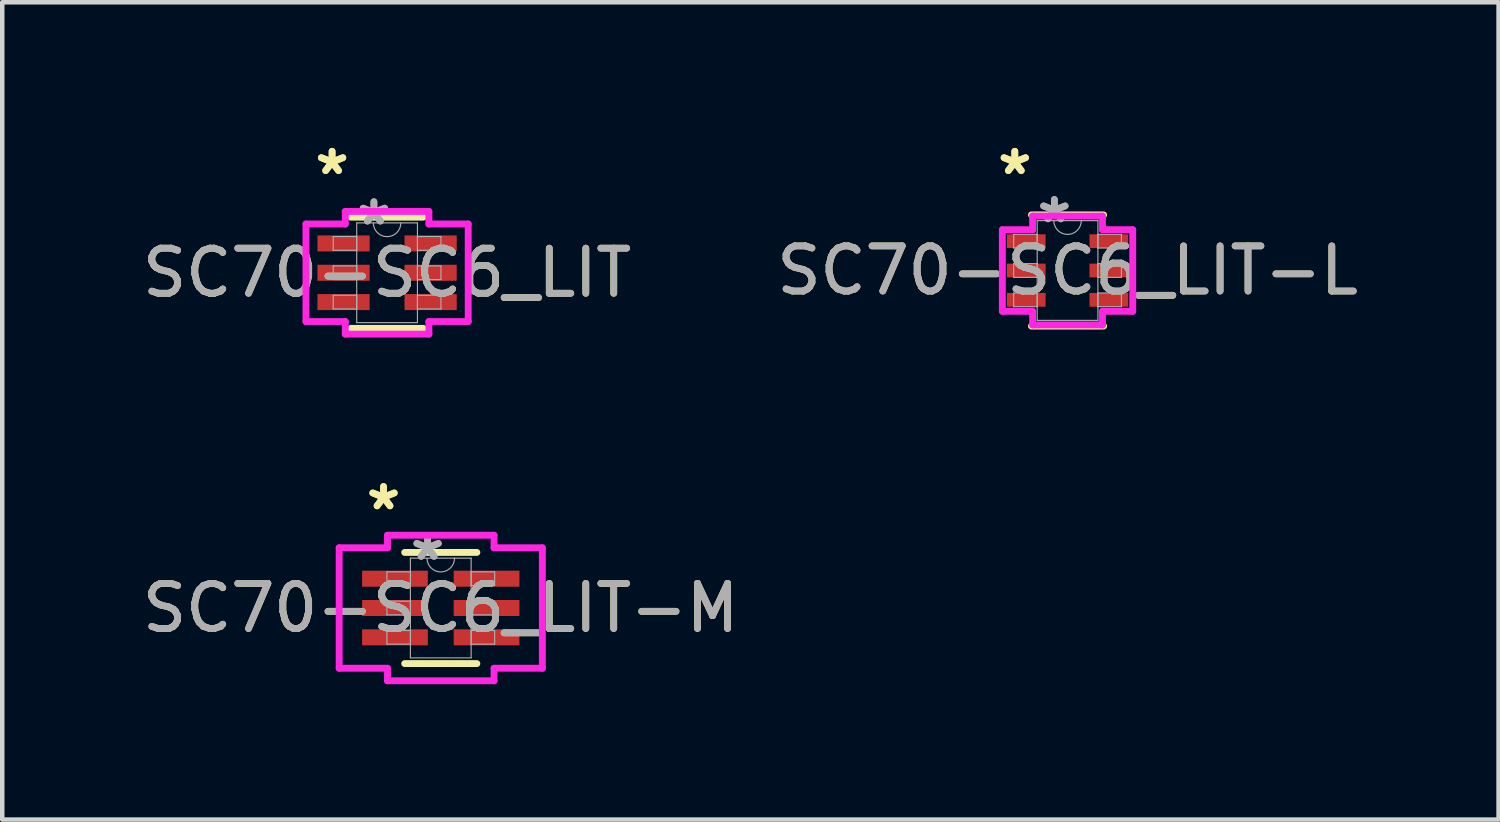
<source format=kicad_pcb>
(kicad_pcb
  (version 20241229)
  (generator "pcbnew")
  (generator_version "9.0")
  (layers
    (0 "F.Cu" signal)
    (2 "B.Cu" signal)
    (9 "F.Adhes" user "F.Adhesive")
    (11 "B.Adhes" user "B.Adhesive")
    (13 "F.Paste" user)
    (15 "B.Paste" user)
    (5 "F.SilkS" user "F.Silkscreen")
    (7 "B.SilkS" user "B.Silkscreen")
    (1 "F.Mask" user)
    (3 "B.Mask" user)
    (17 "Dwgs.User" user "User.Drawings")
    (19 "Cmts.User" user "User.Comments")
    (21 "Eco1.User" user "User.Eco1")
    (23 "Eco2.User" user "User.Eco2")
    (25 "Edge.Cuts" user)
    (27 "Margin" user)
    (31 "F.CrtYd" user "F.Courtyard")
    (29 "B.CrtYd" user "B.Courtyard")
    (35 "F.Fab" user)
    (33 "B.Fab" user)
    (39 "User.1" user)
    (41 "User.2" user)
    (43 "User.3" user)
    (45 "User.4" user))
  (footprint "SC70-SC6_LIT-L"
    (layer "F.Cu")
    (at 20.613 2.946)
    (property "Reference" "SC70-SC6_LIT-L" (at 0 0 0) (unlocked yes) (layer "F.SilkS") (effects (font (size 1 1) (thickness 0.15))))
    (attr smd)
    (fp_line (start -0.8 1.232) (end 0.8 1.232) (stroke (width 0.152) (type solid)) (layer "F.SilkS"))
    (fp_line (start 0.8 -1.232) (end -0.8 -1.232) (stroke (width 0.152) (type solid)) (layer "F.SilkS"))
    (fp_line (start -1.445 -0.904) (end -0.775 -0.904) (stroke (width 0.152) (type solid)) (layer "F.CrtYd"))
    (fp_line (start -1.445 0.904) (end -1.445 -0.904) (stroke (width 0.152) (type solid)) (layer "F.CrtYd"))
    (fp_line (start -1.445 0.904) (end -0.775 0.904) (stroke (width 0.152) (type solid)) (layer "F.CrtYd"))
    (fp_line (start -0.775 -1.206) (end 0.775 -1.206) (stroke (width 0.152) (type solid)) (layer "F.CrtYd"))
    (fp_line (start -0.775 -0.904) (end -0.775 -1.206) (stroke (width 0.152) (type solid)) (layer "F.CrtYd"))
    (fp_line (start -0.775 1.206) (end -0.775 0.904) (stroke (width 0.152) (type solid)) (layer "F.CrtYd"))
    (fp_line (start 0.775 -1.206) (end 0.775 -0.904) (stroke (width 0.152) (type solid)) (layer "F.CrtYd"))
    (fp_line (start 0.775 0.904) (end 0.775 1.206) (stroke (width 0.152) (type solid)) (layer "F.CrtYd"))
    (fp_line (start 0.775 1.206) (end -0.775 1.206) (stroke (width 0.152) (type solid)) (layer "F.CrtYd"))
    (fp_line (start 1.445 -0.904) (end 0.775 -0.904) (stroke (width 0.152) (type solid)) (layer "F.CrtYd"))
    (fp_line (start 1.445 -0.904) (end 1.445 0.904) (stroke (width 0.152) (type solid)) (layer "F.CrtYd"))
    (fp_line (start 1.445 0.904) (end 0.775 0.904) (stroke (width 0.152) (type solid)) (layer "F.CrtYd"))
    (fp_line (start -1.194 -0.802) (end -1.194 -0.498) (stroke (width 0.025) (type solid)) (layer "F.Fab"))
    (fp_line (start -1.194 -0.498) (end -0.673 -0.498) (stroke (width 0.025) (type solid)) (layer "F.Fab"))
    (fp_line (start -1.194 -0.152) (end -1.194 0.152) (stroke (width 0.025) (type solid)) (layer "F.Fab"))
    (fp_line (start -1.194 0.152) (end -0.673 0.152) (stroke (width 0.025) (type solid)) (layer "F.Fab"))
    (fp_line (start -1.194 0.498) (end -1.194 0.802) (stroke (width 0.025) (type solid)) (layer "F.Fab"))
    (fp_line (start -1.194 0.802) (end -0.673 0.802) (stroke (width 0.025) (type solid)) (layer "F.Fab"))
    (fp_line (start -0.673 -1.105) (end -0.673 1.105) (stroke (width 0.025) (type solid)) (layer "F.Fab"))
    (fp_line (start -0.673 -0.802) (end -1.194 -0.802) (stroke (width 0.025) (type solid)) (layer "F.Fab"))
    (fp_line (start -0.673 -0.498) (end -0.673 -0.802) (stroke (width 0.025) (type solid)) (layer "F.Fab"))
    (fp_line (start -0.673 -0.152) (end -1.194 -0.152) (stroke (width 0.025) (type solid)) (layer "F.Fab"))
    (fp_line (start -0.673 0.152) (end -0.673 -0.152) (stroke (width 0.025) (type solid)) (layer "F.Fab"))
    (fp_line (start -0.673 0.498) (end -1.194 0.498) (stroke (width 0.025) (type solid)) (layer "F.Fab"))
    (fp_line (start -0.673 0.802) (end -0.673 0.498) (stroke (width 0.025) (type solid)) (layer "F.Fab"))
    (fp_line (start -0.673 1.105) (end 0.673 1.105) (stroke (width 0.025) (type solid)) (layer "F.Fab"))
    (fp_line (start 0.673 -1.105) (end -0.673 -1.105) (stroke (width 0.025) (type solid)) (layer "F.Fab"))
    (fp_line (start 0.673 -0.802) (end 0.673 -0.498) (stroke (width 0.025) (type solid)) (layer "F.Fab"))
    (fp_line (start 0.673 -0.498) (end 1.194 -0.498) (stroke (width 0.025) (type solid)) (layer "F.Fab"))
    (fp_line (start 0.673 -0.152) (end 0.673 0.152) (stroke (width 0.025) (type solid)) (layer "F.Fab"))
    (fp_line (start 0.673 0.152) (end 1.194 0.152) (stroke (width 0.025) (type solid)) (layer "F.Fab"))
    (fp_line (start 0.673 0.498) (end 0.673 0.802) (stroke (width 0.025) (type solid)) (layer "F.Fab"))
    (fp_line (start 0.673 0.802) (end 1.194 0.802) (stroke (width 0.025) (type solid)) (layer "F.Fab"))
    (fp_line (start 0.673 1.105) (end 0.673 -1.105) (stroke (width 0.025) (type solid)) (layer "F.Fab"))
    (fp_line (start 1.194 -0.802) (end 0.673 -0.802) (stroke (width 0.025) (type solid)) (layer "F.Fab"))
    (fp_line (start 1.194 -0.498) (end 1.194 -0.802) (stroke (width 0.025) (type solid)) (layer "F.Fab"))
    (fp_line (start 1.194 -0.152) (end 0.673 -0.152) (stroke (width 0.025) (type solid)) (layer "F.Fab"))
    (fp_line (start 1.194 0.152) (end 1.194 -0.152) (stroke (width 0.025) (type solid)) (layer "F.Fab"))
    (fp_line (start 1.194 0.498) (end 0.673 0.498) (stroke (width 0.025) (type solid)) (layer "F.Fab"))
    (fp_line (start 1.194 0.802) (end 1.194 0.498) (stroke (width 0.025) (type solid)) (layer "F.Fab"))
    (fp_arc (start 0.3048 -1.1049) (mid 0 -0.8001) (end -0.3048 -1.1049) (stroke (width 0.0254) (type solid)) (layer "F.Fab"))
    (fp_text user "*" (at -1.169 -2.098 0) (layer "F.SilkS") (effects (font (size 1 1) (thickness 0.15))))
    (fp_text user "*" (at -1.169 -2.098 0) (unlocked yes) (layer "F.SilkS") (effects (font (size 1 1) (thickness 0.15))))
    (fp_text user "*" (at -0.292 -1.029 0) (unlocked yes) (layer "F.Fab") (effects (font (size 1 1) (thickness 0.15))))
    (fp_text user "${REFERENCE}" (at 0 0 0) (unlocked yes) (layer "F.Fab") (effects (font (size 1 1) (thickness 0.15))))
    (fp_text user "*" (at -0.292 -1.029 0) (layer "F.Fab") (effects (font (size 1 1) (thickness 0.15))))
    (pad "1" smd rect (at -0.915 -0.65) (size 0.857 0.305) (layers "F.Cu" "F.Mask" "F.Paste"))
    (pad "2" smd rect (at -0.915 0) (size 0.857 0.305) (layers "F.Cu" "F.Mask" "F.Paste"))
    (pad "3" smd rect (at -0.915 0.65) (size 0.857 0.305) (layers "F.Cu" "F.Mask" "F.Paste"))
    (pad "4" smd rect (at 0.915 0.65) (size 0.857 0.305) (layers "F.Cu" "F.Mask" "F.Paste"))
    (pad "5" smd rect (at 0.915 0) (size 0.857 0.305) (layers "F.Cu" "F.Mask" "F.Paste"))
    (pad "6" smd rect (at 0.915 -0.65) (size 0.857 0.305) (layers "F.Cu" "F.Mask" "F.Paste")))
  (footprint "SC70-SC6_LIT-M"
    (layer "F.Cu")
    (at 6.72 10.427)
    (property "Reference" "SC70-SC6_LIT-M" (at 0 0 0) (unlocked yes) (layer "F.SilkS") (effects (font (size 1 1) (thickness 0.15))))
    (attr smd)
    (fp_line (start -0.8 1.232) (end 0.8 1.232) (stroke (width 0.152) (type solid)) (layer "F.SilkS"))
    (fp_line (start 0.8 -1.232) (end -0.8 -1.232) (stroke (width 0.152) (type solid)) (layer "F.SilkS"))
    (fp_line (start -2.252 -1.335) (end -1.181 -1.335) (stroke (width 0.152) (type solid)) (layer "F.CrtYd"))
    (fp_line (start -2.252 1.335) (end -2.252 -1.335) (stroke (width 0.152) (type solid)) (layer "F.CrtYd"))
    (fp_line (start -2.252 1.335) (end -1.181 1.335) (stroke (width 0.152) (type solid)) (layer "F.CrtYd"))
    (fp_line (start -1.181 -1.613) (end 1.181 -1.613) (stroke (width 0.152) (type solid)) (layer "F.CrtYd"))
    (fp_line (start -1.181 -1.335) (end -1.181 -1.613) (stroke (width 0.152) (type solid)) (layer "F.CrtYd"))
    (fp_line (start -1.181 1.613) (end -1.181 1.335) (stroke (width 0.152) (type solid)) (layer "F.CrtYd"))
    (fp_line (start 1.181 -1.613) (end 1.181 -1.335) (stroke (width 0.152) (type solid)) (layer "F.CrtYd"))
    (fp_line (start 1.181 1.335) (end 1.181 1.613) (stroke (width 0.152) (type solid)) (layer "F.CrtYd"))
    (fp_line (start 1.181 1.613) (end -1.181 1.613) (stroke (width 0.152) (type solid)) (layer "F.CrtYd"))
    (fp_line (start 2.252 -1.335) (end 1.181 -1.335) (stroke (width 0.152) (type solid)) (layer "F.CrtYd"))
    (fp_line (start 2.252 -1.335) (end 2.252 1.335) (stroke (width 0.152) (type solid)) (layer "F.CrtYd"))
    (fp_line (start 2.252 1.335) (end 1.181 1.335) (stroke (width 0.152) (type solid)) (layer "F.CrtYd"))
    (fp_line (start -1.194 -0.802) (end -1.194 -0.498) (stroke (width 0.025) (type solid)) (layer "F.Fab"))
    (fp_line (start -1.194 -0.498) (end -0.673 -0.498) (stroke (width 0.025) (type solid)) (layer "F.Fab"))
    (fp_line (start -1.194 -0.152) (end -1.194 0.152) (stroke (width 0.025) (type solid)) (layer "F.Fab"))
    (fp_line (start -1.194 0.152) (end -0.673 0.152) (stroke (width 0.025) (type solid)) (layer "F.Fab"))
    (fp_line (start -1.194 0.498) (end -1.194 0.802) (stroke (width 0.025) (type solid)) (layer "F.Fab"))
    (fp_line (start -1.194 0.802) (end -0.673 0.802) (stroke (width 0.025) (type solid)) (layer "F.Fab"))
    (fp_line (start -0.673 -1.105) (end -0.673 1.105) (stroke (width 0.025) (type solid)) (layer "F.Fab"))
    (fp_line (start -0.673 -0.802) (end -1.194 -0.802) (stroke (width 0.025) (type solid)) (layer "F.Fab"))
    (fp_line (start -0.673 -0.498) (end -0.673 -0.802) (stroke (width 0.025) (type solid)) (layer "F.Fab"))
    (fp_line (start -0.673 -0.152) (end -1.194 -0.152) (stroke (width 0.025) (type solid)) (layer "F.Fab"))
    (fp_line (start -0.673 0.152) (end -0.673 -0.152) (stroke (width 0.025) (type solid)) (layer "F.Fab"))
    (fp_line (start -0.673 0.498) (end -1.194 0.498) (stroke (width 0.025) (type solid)) (layer "F.Fab"))
    (fp_line (start -0.673 0.802) (end -0.673 0.498) (stroke (width 0.025) (type solid)) (layer "F.Fab"))
    (fp_line (start -0.673 1.105) (end 0.673 1.105) (stroke (width 0.025) (type solid)) (layer "F.Fab"))
    (fp_line (start 0.673 -1.105) (end -0.673 -1.105) (stroke (width 0.025) (type solid)) (layer "F.Fab"))
    (fp_line (start 0.673 -0.802) (end 0.673 -0.498) (stroke (width 0.025) (type solid)) (layer "F.Fab"))
    (fp_line (start 0.673 -0.498) (end 1.194 -0.498) (stroke (width 0.025) (type solid)) (layer "F.Fab"))
    (fp_line (start 0.673 -0.152) (end 0.673 0.152) (stroke (width 0.025) (type solid)) (layer "F.Fab"))
    (fp_line (start 0.673 0.152) (end 1.194 0.152) (stroke (width 0.025) (type solid)) (layer "F.Fab"))
    (fp_line (start 0.673 0.498) (end 0.673 0.802) (stroke (width 0.025) (type solid)) (layer "F.Fab"))
    (fp_line (start 0.673 0.802) (end 1.194 0.802) (stroke (width 0.025) (type solid)) (layer "F.Fab"))
    (fp_line (start 0.673 1.105) (end 0.673 -1.105) (stroke (width 0.025) (type solid)) (layer "F.Fab"))
    (fp_line (start 1.194 -0.802) (end 0.673 -0.802) (stroke (width 0.025) (type solid)) (layer "F.Fab"))
    (fp_line (start 1.194 -0.498) (end 1.194 -0.802) (stroke (width 0.025) (type solid)) (layer "F.Fab"))
    (fp_line (start 1.194 -0.152) (end 0.673 -0.152) (stroke (width 0.025) (type solid)) (layer "F.Fab"))
    (fp_line (start 1.194 0.152) (end 1.194 -0.152) (stroke (width 0.025) (type solid)) (layer "F.Fab"))
    (fp_line (start 1.194 0.498) (end 0.673 0.498) (stroke (width 0.025) (type solid)) (layer "F.Fab"))
    (fp_line (start 1.194 0.802) (end 1.194 0.498) (stroke (width 0.025) (type solid)) (layer "F.Fab"))
    (fp_arc (start 0.3048 -1.1049) (mid 0 -0.8001) (end -0.3048 -1.1049) (stroke (width 0.0254) (type solid)) (layer "F.Fab"))
    (fp_text user "*" (at -1.269 -2.148 0) (unlocked yes) (layer "F.SilkS") (effects (font (size 1 1) (thickness 0.15))))
    (fp_text user "*" (at -1.269 -2.148 0) (layer "F.SilkS") (effects (font (size 1 1) (thickness 0.15))))
    (fp_text user "*" (at -0.292 -1.029 0) (layer "F.Fab") (effects (font (size 1 1) (thickness 0.15))))
    (fp_text user "*" (at -0.292 -1.029 0) (unlocked yes) (layer "F.Fab") (effects (font (size 1 1) (thickness 0.15))))
    (fp_text user "${REFERENCE}" (at 0 0 0) (unlocked yes) (layer "F.Fab") (effects (font (size 1 1) (thickness 0.15))))
    (pad "1" smd rect (at -1.015 -0.65) (size 1.457 0.355) (layers "F.Cu" "F.Mask" "F.Paste"))
    (pad "2" smd rect (at -1.015 0) (size 1.457 0.355) (layers "F.Cu" "F.Mask" "F.Paste"))
    (pad "3" smd rect (at -1.015 0.65) (size 1.457 0.355) (layers "F.Cu" "F.Mask" "F.Paste"))
    (pad "4" smd rect (at 1.015 0.65) (size 1.457 0.355) (layers "F.Cu" "F.Mask" "F.Paste"))
    (pad "5" smd rect (at 1.015 0) (size 1.457 0.355) (layers "F.Cu" "F.Mask" "F.Paste"))
    (pad "6" smd rect (at 1.015 -0.65) (size 1.457 0.355) (layers "F.Cu" "F.Mask" "F.Paste")))
  (footprint "SC70-SC6_LIT"
    (layer "F.Cu")
    (at 5.53 2.996)
    (property "Reference" "SC70-SC6_LIT" (at 0 0 0) (unlocked yes) (layer "F.SilkS") (effects (font (size 1 1) (thickness 0.15))))
    (attr smd)
    (fp_line (start -0.8 1.232) (end 0.8 1.232) (stroke (width 0.152) (type solid)) (layer "F.SilkS"))
    (fp_line (start 0.8 -1.232) (end -0.8 -1.232) (stroke (width 0.152) (type solid)) (layer "F.SilkS"))
    (fp_line (start -1.798 -1.081) (end -0.927 -1.081) (stroke (width 0.152) (type solid)) (layer "F.CrtYd"))
    (fp_line (start -1.798 1.081) (end -1.798 -1.081) (stroke (width 0.152) (type solid)) (layer "F.CrtYd"))
    (fp_line (start -1.798 1.081) (end -0.927 1.081) (stroke (width 0.152) (type solid)) (layer "F.CrtYd"))
    (fp_line (start -0.927 -1.359) (end 0.927 -1.359) (stroke (width 0.152) (type solid)) (layer "F.CrtYd"))
    (fp_line (start -0.927 -1.081) (end -0.927 -1.359) (stroke (width 0.152) (type solid)) (layer "F.CrtYd"))
    (fp_line (start -0.927 1.359) (end -0.927 1.081) (stroke (width 0.152) (type solid)) (layer "F.CrtYd"))
    (fp_line (start 0.927 -1.359) (end 0.927 -1.081) (stroke (width 0.152) (type solid)) (layer "F.CrtYd"))
    (fp_line (start 0.927 1.081) (end 0.927 1.359) (stroke (width 0.152) (type solid)) (layer "F.CrtYd"))
    (fp_line (start 0.927 1.359) (end -0.927 1.359) (stroke (width 0.152) (type solid)) (layer "F.CrtYd"))
    (fp_line (start 1.798 -1.081) (end 0.927 -1.081) (stroke (width 0.152) (type solid)) (layer "F.CrtYd"))
    (fp_line (start 1.798 -1.081) (end 1.798 1.081) (stroke (width 0.152) (type solid)) (layer "F.CrtYd"))
    (fp_line (start 1.798 1.081) (end 0.927 1.081) (stroke (width 0.152) (type solid)) (layer "F.CrtYd"))
    (fp_line (start -1.194 -0.802) (end -1.194 -0.498) (stroke (width 0.025) (type solid)) (layer "F.Fab"))
    (fp_line (start -1.194 -0.498) (end -0.673 -0.498) (stroke (width 0.025) (type solid)) (layer "F.Fab"))
    (fp_line (start -1.194 -0.152) (end -1.194 0.152) (stroke (width 0.025) (type solid)) (layer "F.Fab"))
    (fp_line (start -1.194 0.152) (end -0.673 0.152) (stroke (width 0.025) (type solid)) (layer "F.Fab"))
    (fp_line (start -1.194 0.498) (end -1.194 0.802) (stroke (width 0.025) (type solid)) (layer "F.Fab"))
    (fp_line (start -1.194 0.802) (end -0.673 0.802) (stroke (width 0.025) (type solid)) (layer "F.Fab"))
    (fp_line (start -0.673 -1.105) (end -0.673 1.105) (stroke (width 0.025) (type solid)) (layer "F.Fab"))
    (fp_line (start -0.673 -0.802) (end -1.194 -0.802) (stroke (width 0.025) (type solid)) (layer "F.Fab"))
    (fp_line (start -0.673 -0.498) (end -0.673 -0.802) (stroke (width 0.025) (type solid)) (layer "F.Fab"))
    (fp_line (start -0.673 -0.152) (end -1.194 -0.152) (stroke (width 0.025) (type solid)) (layer "F.Fab"))
    (fp_line (start -0.673 0.152) (end -0.673 -0.152) (stroke (width 0.025) (type solid)) (layer "F.Fab"))
    (fp_line (start -0.673 0.498) (end -1.194 0.498) (stroke (width 0.025) (type solid)) (layer "F.Fab"))
    (fp_line (start -0.673 0.802) (end -0.673 0.498) (stroke (width 0.025) (type solid)) (layer "F.Fab"))
    (fp_line (start -0.673 1.105) (end 0.673 1.105) (stroke (width 0.025) (type solid)) (layer "F.Fab"))
    (fp_line (start 0.673 -1.105) (end -0.673 -1.105) (stroke (width 0.025) (type solid)) (layer "F.Fab"))
    (fp_line (start 0.673 -0.802) (end 0.673 -0.498) (stroke (width 0.025) (type solid)) (layer "F.Fab"))
    (fp_line (start 0.673 -0.498) (end 1.194 -0.498) (stroke (width 0.025) (type solid)) (layer "F.Fab"))
    (fp_line (start 0.673 -0.152) (end 0.673 0.152) (stroke (width 0.025) (type solid)) (layer "F.Fab"))
    (fp_line (start 0.673 0.152) (end 1.194 0.152) (stroke (width 0.025) (type solid)) (layer "F.Fab"))
    (fp_line (start 0.673 0.498) (end 0.673 0.802) (stroke (width 0.025) (type solid)) (layer "F.Fab"))
    (fp_line (start 0.673 0.802) (end 1.194 0.802) (stroke (width 0.025) (type solid)) (layer "F.Fab"))
    (fp_line (start 0.673 1.105) (end 0.673 -1.105) (stroke (width 0.025) (type solid)) (layer "F.Fab"))
    (fp_line (start 1.194 -0.802) (end 0.673 -0.802) (stroke (width 0.025) (type solid)) (layer "F.Fab"))
    (fp_line (start 1.194 -0.498) (end 1.194 -0.802) (stroke (width 0.025) (type solid)) (layer "F.Fab"))
    (fp_line (start 1.194 -0.152) (end 0.673 -0.152) (stroke (width 0.025) (type solid)) (layer "F.Fab"))
    (fp_line (start 1.194 0.152) (end 1.194 -0.152) (stroke (width 0.025) (type solid)) (layer "F.Fab"))
    (fp_line (start 1.194 0.498) (end 0.673 0.498) (stroke (width 0.025) (type solid)) (layer "F.Fab"))
    (fp_line (start 1.194 0.802) (end 1.194 0.498) (stroke (width 0.025) (type solid)) (layer "F.Fab"))
    (fp_arc (start 0.3048 -1.1049) (mid 0 -0.8001) (end -0.3048 -1.1049) (stroke (width 0.0254) (type solid)) (layer "F.Fab"))
    (fp_text user "*" (at -1.219 -2.148 0) (unlocked yes) (layer "F.SilkS") (effects (font (size 1 1) (thickness 0.15))))
    (fp_text user "*" (at -1.219 -2.148 0) (layer "F.SilkS") (effects (font (size 1 1) (thickness 0.15))))
    (fp_text user "*" (at -0.292 -1.029 0) (layer "F.Fab") (effects (font (size 1 1) (thickness 0.15))))
    (fp_text user "*" (at -0.292 -1.029 0) (unlocked yes) (layer "F.Fab") (effects (font (size 1 1) (thickness 0.15))))
    (fp_text user "${REFERENCE}" (at 0 0 0) (unlocked yes) (layer "F.Fab") (effects (font (size 1 1) (thickness 0.15))))
    (pad "1" smd rect (at -0.965 -0.65) (size 1.157 0.355) (layers "F.Cu" "F.Mask" "F.Paste"))
    (pad "2" smd rect (at -0.965 0) (size 1.157 0.355) (layers "F.Cu" "F.Mask" "F.Paste"))
    (pad "3" smd rect (at -0.965 0.65) (size 1.157 0.355) (layers "F.Cu" "F.Mask" "F.Paste"))
    (pad "4" smd rect (at 0.965 0.65) (size 1.157 0.355) (layers "F.Cu" "F.Mask" "F.Paste"))
    (pad "5" smd rect (at 0.965 0) (size 1.157 0.355) (layers "F.Cu" "F.Mask" "F.Paste"))
    (pad "6" smd rect (at 0.965 -0.65) (size 1.157 0.355) (layers "F.Cu" "F.Mask" "F.Paste")))
  (gr_rect
    (start -3 -3)
    (end 30.167 15.116)
    (stroke (width 0.1) (type default))
    (fill no)
    (layer "Edge.Cuts")))
</source>
